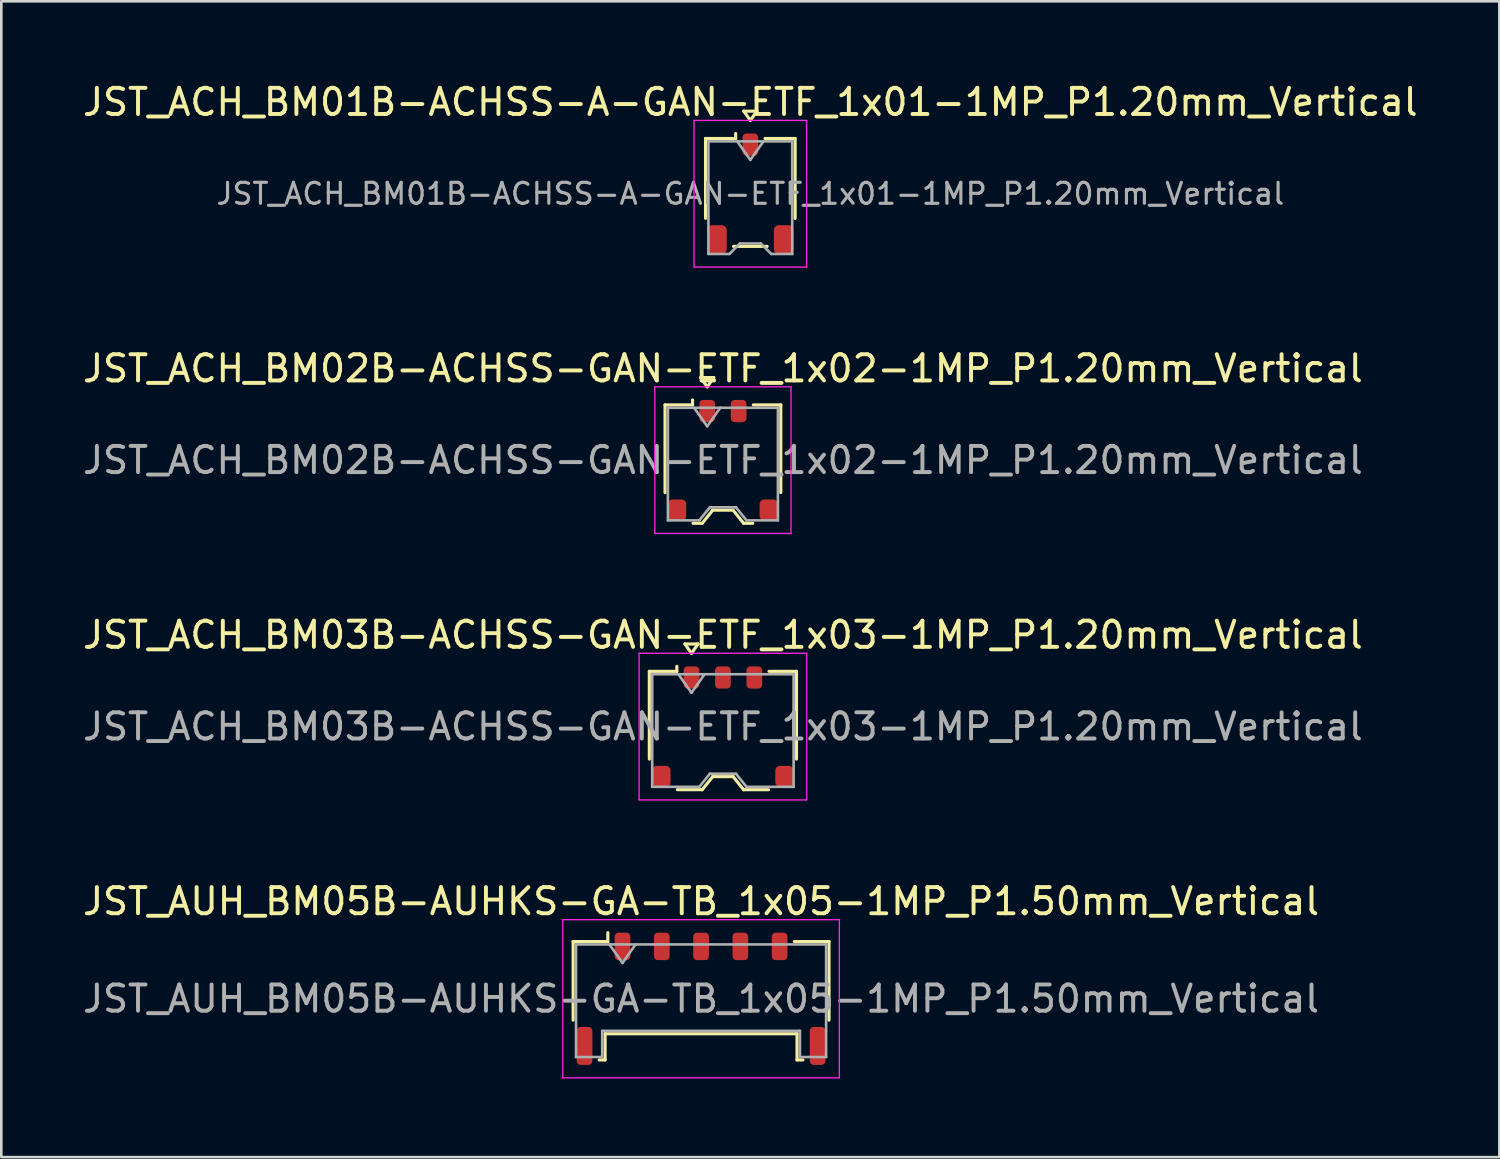
<source format=kicad_pcb>
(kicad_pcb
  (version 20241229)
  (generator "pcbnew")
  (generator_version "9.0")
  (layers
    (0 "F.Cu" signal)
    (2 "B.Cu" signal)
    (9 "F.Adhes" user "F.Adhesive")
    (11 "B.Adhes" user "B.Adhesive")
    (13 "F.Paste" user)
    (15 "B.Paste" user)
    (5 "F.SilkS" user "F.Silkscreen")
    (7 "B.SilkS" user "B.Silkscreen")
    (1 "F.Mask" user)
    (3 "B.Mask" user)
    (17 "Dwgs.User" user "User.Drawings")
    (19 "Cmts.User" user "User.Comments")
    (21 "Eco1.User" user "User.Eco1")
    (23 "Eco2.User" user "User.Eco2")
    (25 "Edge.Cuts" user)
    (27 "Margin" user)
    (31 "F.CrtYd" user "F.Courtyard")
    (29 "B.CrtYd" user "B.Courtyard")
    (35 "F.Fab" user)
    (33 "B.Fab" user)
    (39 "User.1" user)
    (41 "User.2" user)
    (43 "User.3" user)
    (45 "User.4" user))
  (footprint "JST_AUH_BM05B-AUHKS-GA-TB_1x05-1MP_P1.50mm_Vertical"
    (layer "F.Cu")
    (at 23.72 35.088)
    (property "Reference" "JST_AUH_BM05B-AUHKS-GA-TB_1x05-1MP_P1.50mm_Vertical" (at 0 -3.72 0) (layer "F.SilkS") (effects (font (size 1 1) (thickness 0.15))))
    (attr smd)
    (fp_line (start -4.885 -2.185) (end -3.56 -2.185) (stroke (width 0.12) (type solid)) (layer "F.SilkS"))
    (fp_line (start -4.885 0.815) (end -4.885 -2.185) (stroke (width 0.12) (type solid)) (layer "F.SilkS"))
    (fp_line (start -3.89 2.335) (end -3.665 2.335) (stroke (width 0.12) (type solid)) (layer "F.SilkS"))
    (fp_line (start -3.665 1.335) (end 3.665 1.335) (stroke (width 0.12) (type solid)) (layer "F.SilkS"))
    (fp_line (start -3.665 2.335) (end -3.665 1.335) (stroke (width 0.12) (type solid)) (layer "F.SilkS"))
    (fp_line (start -3.56 -2.185) (end -3.56 -2.525) (stroke (width 0.12) (type solid)) (layer "F.SilkS"))
    (fp_line (start 3.665 1.335) (end 3.665 2.335) (stroke (width 0.12) (type solid)) (layer "F.SilkS"))
    (fp_line (start 3.665 2.335) (end 3.89 2.335) (stroke (width 0.12) (type solid)) (layer "F.SilkS"))
    (fp_line (start 4.885 -2.185) (end 3.56 -2.185) (stroke (width 0.12) (type solid)) (layer "F.SilkS"))
    (fp_line (start 4.885 0.815) (end 4.885 -2.185) (stroke (width 0.12) (type solid)) (layer "F.SilkS"))
    (fp_line (start -5.28 -3.02) (end -5.28 3.02) (stroke (width 0.05) (type solid)) (layer "F.CrtYd"))
    (fp_line (start -5.28 3.02) (end 5.28 3.02) (stroke (width 0.05) (type solid)) (layer "F.CrtYd"))
    (fp_line (start 5.28 -3.02) (end -5.28 -3.02) (stroke (width 0.05) (type solid)) (layer "F.CrtYd"))
    (fp_line (start 5.28 3.02) (end 5.28 -3.02) (stroke (width 0.05) (type solid)) (layer "F.CrtYd"))
    (fp_line (start -4.775 -2.075) (end -4.775 2.225) (stroke (width 0.1) (type solid)) (layer "F.Fab"))
    (fp_line (start -4.775 -2.075) (end 4.775 -2.075) (stroke (width 0.1) (type solid)) (layer "F.Fab"))
    (fp_line (start -4.775 2.225) (end -3.775 2.225) (stroke (width 0.1) (type solid)) (layer "F.Fab"))
    (fp_line (start -3.775 1.225) (end 3.775 1.225) (stroke (width 0.1) (type solid)) (layer "F.Fab"))
    (fp_line (start -3.775 2.225) (end -3.775 1.225) (stroke (width 0.1) (type solid)) (layer "F.Fab"))
    (fp_line (start -3.5 -2.075) (end -3 -1.368) (stroke (width 0.1) (type solid)) (layer "F.Fab"))
    (fp_line (start -3 -1.368) (end -2.5 -2.075) (stroke (width 0.1) (type solid)) (layer "F.Fab"))
    (fp_line (start 3.775 1.225) (end 3.775 2.225) (stroke (width 0.1) (type solid)) (layer "F.Fab"))
    (fp_line (start 3.775 2.225) (end 4.775 2.225) (stroke (width 0.1) (type solid)) (layer "F.Fab"))
    (fp_line (start 4.775 -2.075) (end 4.775 2.225) (stroke (width 0.1) (type solid)) (layer "F.Fab"))
    (fp_text user "${REFERENCE}" (at 0 0 0) (layer "F.Fab") (effects (font (size 1 1) (thickness 0.15))))
    (pad "1" smd roundrect (at -3 -2) (size 0.6 1.05) (layers "F.Cu" "F.Mask" "F.Paste") (roundrect_rratio 0.25))
    (pad "2" smd roundrect (at -1.5 -2) (size 0.6 1.05) (layers "F.Cu" "F.Mask" "F.Paste") (roundrect_rratio 0.25))
    (pad "3" smd roundrect (at 0 -2) (size 0.6 1.05) (layers "F.Cu" "F.Mask" "F.Paste") (roundrect_rratio 0.25))
    (pad "4" smd roundrect (at 1.5 -2) (size 0.6 1.05) (layers "F.Cu" "F.Mask" "F.Paste") (roundrect_rratio 0.25))
    (pad "5" smd roundrect (at 3 -2) (size 0.6 1.05) (layers "F.Cu" "F.Mask" "F.Paste") (roundrect_rratio 0.25))
    (pad "MP" smd roundrect (at -4.45 1.8) (size 0.6 1.45) (layers "F.Cu" "F.Mask" "F.Paste") (roundrect_rratio 0.25))
    (pad "MP" smd roundrect (at 4.45 1.8) (size 0.6 1.45) (layers "F.Cu" "F.Mask" "F.Paste") (roundrect_rratio 0.25)))
  (footprint "JST_ACH_BM03B-ACHSS-GAN-ETF_1x03-1MP_P1.20mm_Vertical"
    (layer "F.Cu")
    (at 24.554 24.695)
    (property "Reference" "JST_ACH_BM03B-ACHSS-GAN-ETF_1x03-1MP_P1.20mm_Vertical" (at 0 -3.5 0) (layer "F.SilkS") (effects (font (size 1 1) (thickness 0.15))))
    (attr smd)
    (fp_line (start -2.81 -2.11) (end -1.76 -2.11) (stroke (width 0.12) (type solid)) (layer "F.SilkS"))
    (fp_line (start -2.81 1.24) (end -2.81 -2.11) (stroke (width 0.12) (type solid)) (layer "F.SilkS"))
    (fp_line (start -1.76 -2.11) (end -1.76 -2.3) (stroke (width 0.12) (type solid)) (layer "F.SilkS"))
    (fp_line (start -1.74 2.41) (end -0.79 2.41) (stroke (width 0.12) (type solid)) (layer "F.SilkS"))
    (fp_line (start -1.45 -3.154) (end -1.2 -2.8) (stroke (width 0.12) (type solid)) (layer "F.SilkS"))
    (fp_line (start -1.2 -2.8) (end -0.95 -3.154) (stroke (width 0.12) (type solid)) (layer "F.SilkS"))
    (fp_line (start -0.95 -3.154) (end -1.45 -3.154) (stroke (width 0.12) (type solid)) (layer "F.SilkS"))
    (fp_line (start -0.79 2.41) (end -0.39 1.91) (stroke (width 0.12) (type solid)) (layer "F.SilkS"))
    (fp_line (start -0.39 1.91) (end 0.39 1.91) (stroke (width 0.12) (type solid)) (layer "F.SilkS"))
    (fp_line (start 0.39 1.91) (end 0.79 2.41) (stroke (width 0.12) (type solid)) (layer "F.SilkS"))
    (fp_line (start 0.79 2.41) (end 1.74 2.41) (stroke (width 0.12) (type solid)) (layer "F.SilkS"))
    (fp_line (start 2.81 -2.11) (end 1.76 -2.11) (stroke (width 0.12) (type solid)) (layer "F.SilkS"))
    (fp_line (start 2.81 1.24) (end 2.81 -2.11) (stroke (width 0.12) (type solid)) (layer "F.SilkS"))
    (fp_line (start -3.2 -2.8) (end -3.2 2.8) (stroke (width 0.05) (type solid)) (layer "F.CrtYd"))
    (fp_line (start -3.2 2.8) (end 3.2 2.8) (stroke (width 0.05) (type solid)) (layer "F.CrtYd"))
    (fp_line (start 3.2 -2.8) (end -3.2 -2.8) (stroke (width 0.05) (type solid)) (layer "F.CrtYd"))
    (fp_line (start 3.2 2.8) (end 3.2 -2.8) (stroke (width 0.05) (type solid)) (layer "F.CrtYd"))
    (fp_line (start -2.7 -2) (end -2.7 2.3) (stroke (width 0.1) (type solid)) (layer "F.Fab"))
    (fp_line (start -2.7 -2) (end 2.7 -2) (stroke (width 0.1) (type solid)) (layer "F.Fab"))
    (fp_line (start -2.7 2.3) (end -0.9 2.3) (stroke (width 0.1) (type solid)) (layer "F.Fab"))
    (fp_line (start -1.7 -2) (end -1.2 -1.293) (stroke (width 0.1) (type solid)) (layer "F.Fab"))
    (fp_line (start -1.2 -1.293) (end -0.7 -2) (stroke (width 0.1) (type solid)) (layer "F.Fab"))
    (fp_line (start -0.9 2.3) (end -0.5 1.8) (stroke (width 0.1) (type solid)) (layer "F.Fab"))
    (fp_line (start -0.5 1.8) (end 0.5 1.8) (stroke (width 0.1) (type solid)) (layer "F.Fab"))
    (fp_line (start 0.5 1.8) (end 0.9 2.3) (stroke (width 0.1) (type solid)) (layer "F.Fab"))
    (fp_line (start 0.9 2.3) (end 2.7 2.3) (stroke (width 0.1) (type solid)) (layer "F.Fab"))
    (fp_line (start 2.7 -2) (end 2.7 2.3) (stroke (width 0.1) (type solid)) (layer "F.Fab"))
    (fp_text user "${REFERENCE}" (at 0 0 0) (layer "F.Fab") (effects (font (size 1 1) (thickness 0.15))))
    (pad "1" smd roundrect (at -1.2 -1.875) (size 0.6 0.85) (layers "F.Cu" "F.Mask" "F.Paste") (roundrect_rratio 0.25))
    (pad "2" smd roundrect (at 0 -1.875) (size 0.6 0.85) (layers "F.Cu" "F.Mask" "F.Paste") (roundrect_rratio 0.25))
    (pad "3" smd roundrect (at 1.2 -1.875) (size 0.6 0.85) (layers "F.Cu" "F.Mask" "F.Paste") (roundrect_rratio 0.25))
    (pad "MP" smd roundrect (at -2.35 1.9) (size 0.7 0.8) (layers "F.Cu" "F.Mask" "F.Paste") (roundrect_rratio 0.25))
    (pad "MP" smd roundrect (at 2.35 1.9) (size 0.7 0.8) (layers "F.Cu" "F.Mask" "F.Paste") (roundrect_rratio 0.25)))
  (footprint "JST_ACH_BM01B-ACHSS-A-GAN-ETF_1x01-1MP_P1.20mm_Vertical"
    (layer "F.Cu")
    (at 25.601 4.348)
    (property "Reference" "JST_ACH_BM01B-ACHSS-A-GAN-ETF_1x01-1MP_P1.20mm_Vertical" (at 0 -3.5 0) (layer "F.SilkS") (effects (font (size 1 1) (thickness 0.15))))
    (attr smd)
    (fp_line (start -1.71 -2.11) (end -0.56 -2.11) (stroke (width 0.12) (type solid)) (layer "F.SilkS"))
    (fp_line (start -1.71 0.94) (end -1.71 -2.11) (stroke (width 0.12) (type solid)) (layer "F.SilkS"))
    (fp_line (start -0.64 2.01) (end 0.64 2.01) (stroke (width 0.12) (type solid)) (layer "F.SilkS"))
    (fp_line (start -0.56 -2.11) (end -0.56 -2.3) (stroke (width 0.12) (type solid)) (layer "F.SilkS"))
    (fp_line (start -0.25 -3.154) (end 0 -2.8) (stroke (width 0.12) (type solid)) (layer "F.SilkS"))
    (fp_line (start 0 -2.8) (end 0.25 -3.154) (stroke (width 0.12) (type solid)) (layer "F.SilkS"))
    (fp_line (start 0.25 -3.154) (end -0.25 -3.154) (stroke (width 0.12) (type solid)) (layer "F.SilkS"))
    (fp_line (start 1.71 -2.11) (end 0.56 -2.11) (stroke (width 0.12) (type solid)) (layer "F.SilkS"))
    (fp_line (start 1.71 0.94) (end 1.71 -2.11) (stroke (width 0.12) (type solid)) (layer "F.SilkS"))
    (fp_line (start -2.15 -2.8) (end -2.15 2.8) (stroke (width 0.05) (type solid)) (layer "F.CrtYd"))
    (fp_line (start -2.15 2.8) (end 2.15 2.8) (stroke (width 0.05) (type solid)) (layer "F.CrtYd"))
    (fp_line (start 2.15 -2.8) (end -2.15 -2.8) (stroke (width 0.05) (type solid)) (layer "F.CrtYd"))
    (fp_line (start 2.15 2.8) (end 2.15 -2.8) (stroke (width 0.05) (type solid)) (layer "F.CrtYd"))
    (fp_line (start -1.6 -2) (end -1.6 2.3) (stroke (width 0.1) (type solid)) (layer "F.Fab"))
    (fp_line (start -1.6 -2) (end 1.6 -2) (stroke (width 0.1) (type solid)) (layer "F.Fab"))
    (fp_line (start -1.6 2.3) (end -0.8 2.3) (stroke (width 0.1) (type solid)) (layer "F.Fab"))
    (fp_line (start -0.8 2.3) (end -0.4 1.9) (stroke (width 0.1) (type solid)) (layer "F.Fab"))
    (fp_line (start -0.5 -2) (end 0 -1.293) (stroke (width 0.1) (type solid)) (layer "F.Fab"))
    (fp_line (start -0.4 1.9) (end 0.4 1.9) (stroke (width 0.1) (type solid)) (layer "F.Fab"))
    (fp_line (start 0 -1.293) (end 0.5 -2) (stroke (width 0.1) (type solid)) (layer "F.Fab"))
    (fp_line (start 0.4 1.9) (end 0.8 2.3) (stroke (width 0.1) (type solid)) (layer "F.Fab"))
    (fp_line (start 0.8 2.3) (end 1.6 2.3) (stroke (width 0.1) (type solid)) (layer "F.Fab"))
    (fp_line (start 1.6 -2) (end 1.6 2.3) (stroke (width 0.1) (type solid)) (layer "F.Fab"))
    (fp_text user "${REFERENCE}" (at 0 0 0) (layer "F.Fab") (effects (font (size 0.8 0.8) (thickness 0.12))))
    (pad "1" smd roundrect (at 0 -1.875) (size 0.6 0.85) (layers "F.Cu" "F.Mask" "F.Paste") (roundrect_rratio 0.25))
    (pad "MP" smd roundrect (at -1.275 1.75) (size 0.75 1.1) (layers "F.Cu" "F.Mask" "F.Paste") (roundrect_rratio 0.25))
    (pad "MP" smd roundrect (at 1.275 1.75) (size 0.75 1.1) (layers "F.Cu" "F.Mask" "F.Paste") (roundrect_rratio 0.25)))
  (footprint "JST_ACH_BM02B-ACHSS-GAN-ETF_1x02-1MP_P1.20mm_Vertical"
    (layer "F.Cu")
    (at 24.554 14.521)
    (property "Reference" "JST_ACH_BM02B-ACHSS-GAN-ETF_1x02-1MP_P1.20mm_Vertical" (at 0 -3.5 0) (layer "F.SilkS") (effects (font (size 1 1) (thickness 0.15))))
    (attr smd)
    (fp_line (start -2.21 -2.11) (end -1.16 -2.11) (stroke (width 0.12) (type solid)) (layer "F.SilkS"))
    (fp_line (start -2.21 1.24) (end -2.21 -2.11) (stroke (width 0.12) (type solid)) (layer "F.SilkS"))
    (fp_line (start -1.16 -2.11) (end -1.16 -2.3) (stroke (width 0.12) (type solid)) (layer "F.SilkS"))
    (fp_line (start -1.14 2.41) (end -0.79 2.41) (stroke (width 0.12) (type solid)) (layer "F.SilkS"))
    (fp_line (start -0.85 -3.154) (end -0.6 -2.8) (stroke (width 0.12) (type solid)) (layer "F.SilkS"))
    (fp_line (start -0.79 2.41) (end -0.39 1.91) (stroke (width 0.12) (type solid)) (layer "F.SilkS"))
    (fp_line (start -0.6 -2.8) (end -0.35 -3.154) (stroke (width 0.12) (type solid)) (layer "F.SilkS"))
    (fp_line (start -0.39 1.91) (end 0.39 1.91) (stroke (width 0.12) (type solid)) (layer "F.SilkS"))
    (fp_line (start -0.35 -3.154) (end -0.85 -3.154) (stroke (width 0.12) (type solid)) (layer "F.SilkS"))
    (fp_line (start 0.39 1.91) (end 0.79 2.41) (stroke (width 0.12) (type solid)) (layer "F.SilkS"))
    (fp_line (start 0.79 2.41) (end 1.14 2.41) (stroke (width 0.12) (type solid)) (layer "F.SilkS"))
    (fp_line (start 2.21 -2.11) (end 1.16 -2.11) (stroke (width 0.12) (type solid)) (layer "F.SilkS"))
    (fp_line (start 2.21 1.24) (end 2.21 -2.11) (stroke (width 0.12) (type solid)) (layer "F.SilkS"))
    (fp_line (start -2.6 -2.8) (end -2.6 2.8) (stroke (width 0.05) (type solid)) (layer "F.CrtYd"))
    (fp_line (start -2.6 2.8) (end 2.6 2.8) (stroke (width 0.05) (type solid)) (layer "F.CrtYd"))
    (fp_line (start 2.6 -2.8) (end -2.6 -2.8) (stroke (width 0.05) (type solid)) (layer "F.CrtYd"))
    (fp_line (start 2.6 2.8) (end 2.6 -2.8) (stroke (width 0.05) (type solid)) (layer "F.CrtYd"))
    (fp_line (start -2.1 -2) (end -2.1 2.3) (stroke (width 0.1) (type solid)) (layer "F.Fab"))
    (fp_line (start -2.1 -2) (end 2.1 -2) (stroke (width 0.1) (type solid)) (layer "F.Fab"))
    (fp_line (start -2.1 2.3) (end -0.9 2.3) (stroke (width 0.1) (type solid)) (layer "F.Fab"))
    (fp_line (start -1.1 -2) (end -0.6 -1.293) (stroke (width 0.1) (type solid)) (layer "F.Fab"))
    (fp_line (start -0.9 2.3) (end -0.5 1.8) (stroke (width 0.1) (type solid)) (layer "F.Fab"))
    (fp_line (start -0.6 -1.293) (end -0.1 -2) (stroke (width 0.1) (type solid)) (layer "F.Fab"))
    (fp_line (start -0.5 1.8) (end 0.5 1.8) (stroke (width 0.1) (type solid)) (layer "F.Fab"))
    (fp_line (start 0.5 1.8) (end 0.9 2.3) (stroke (width 0.1) (type solid)) (layer "F.Fab"))
    (fp_line (start 0.9 2.3) (end 2.1 2.3) (stroke (width 0.1) (type solid)) (layer "F.Fab"))
    (fp_line (start 2.1 -2) (end 2.1 2.3) (stroke (width 0.1) (type solid)) (layer "F.Fab"))
    (fp_text user "${REFERENCE}" (at 0 0 0) (layer "F.Fab") (effects (font (size 1 1) (thickness 0.15))))
    (pad "1" smd roundrect (at -0.6 -1.875) (size 0.6 0.85) (layers "F.Cu" "F.Mask" "F.Paste") (roundrect_rratio 0.25))
    (pad "2" smd roundrect (at 0.6 -1.875) (size 0.6 0.85) (layers "F.Cu" "F.Mask" "F.Paste") (roundrect_rratio 0.25))
    (pad "MP" smd roundrect (at -1.75 1.9) (size 0.7 0.8) (layers "F.Cu" "F.Mask" "F.Paste") (roundrect_rratio 0.25))
    (pad "MP" smd roundrect (at 1.75 1.9) (size 0.7 0.8) (layers "F.Cu" "F.Mask" "F.Paste") (roundrect_rratio 0.25)))
  (gr_rect
    (start -3 -3)
    (end 54.202 41.133)
    (stroke (width 0.1) (type default))
    (fill no)
    (layer "Edge.Cuts")))
</source>
